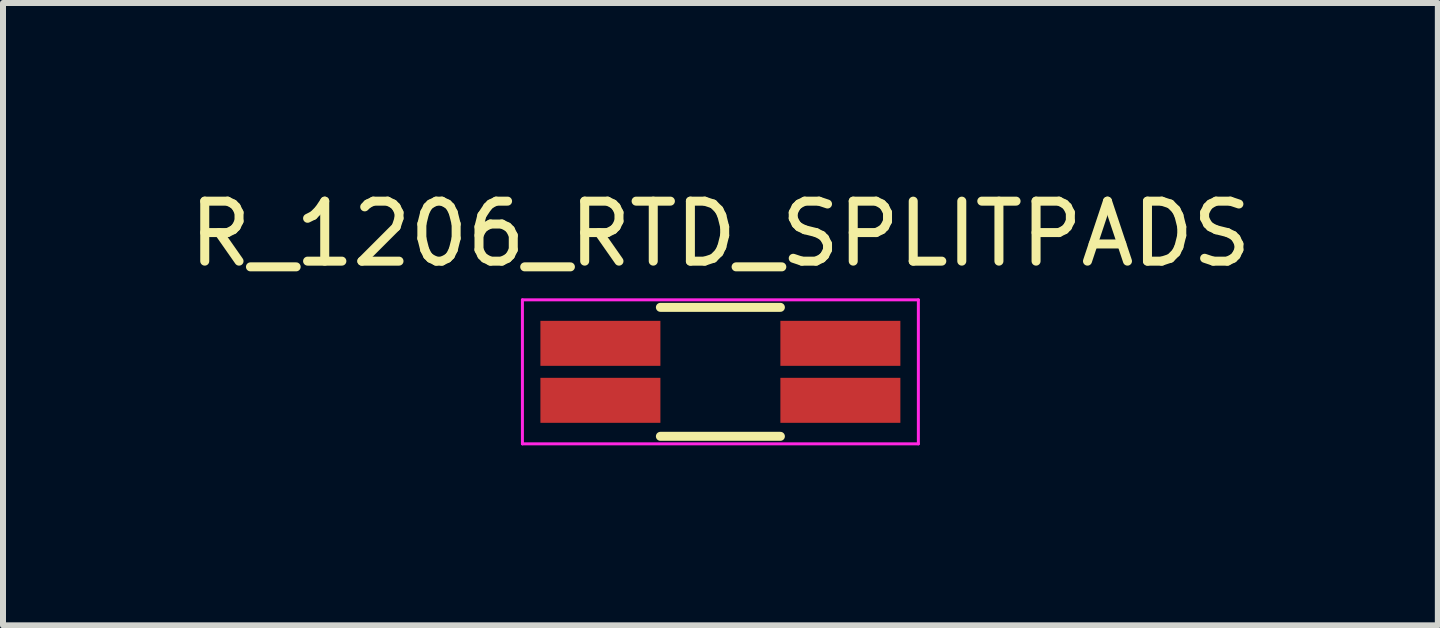
<source format=kicad_pcb>
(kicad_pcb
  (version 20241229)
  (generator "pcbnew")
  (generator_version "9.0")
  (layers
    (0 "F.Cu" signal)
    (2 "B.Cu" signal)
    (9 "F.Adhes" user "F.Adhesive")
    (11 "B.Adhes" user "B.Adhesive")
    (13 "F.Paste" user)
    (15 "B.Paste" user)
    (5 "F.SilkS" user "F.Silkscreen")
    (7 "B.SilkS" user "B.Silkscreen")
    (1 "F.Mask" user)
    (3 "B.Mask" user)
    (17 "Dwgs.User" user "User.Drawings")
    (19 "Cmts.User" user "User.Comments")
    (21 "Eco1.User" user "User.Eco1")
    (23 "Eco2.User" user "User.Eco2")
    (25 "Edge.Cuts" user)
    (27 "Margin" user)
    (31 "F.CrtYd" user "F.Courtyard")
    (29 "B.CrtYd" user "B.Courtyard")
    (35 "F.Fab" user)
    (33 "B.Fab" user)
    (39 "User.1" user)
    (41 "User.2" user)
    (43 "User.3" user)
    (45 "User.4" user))
  (footprint "R_1206_RTD_SPLITPADS"
    (layer "F.Cu")
    (at 8.958 3.148)
    (property "Reference" "R_1206_RTD_SPLITPADS" (at 0 -2.3 0) (layer "F.SilkS") (effects (font (size 1 1) (thickness 0.15))))
    (attr smd)
    (fp_line (start -1 -1.075) (end 1 -1.075) (stroke (width 0.15) (type solid)) (layer "F.SilkS"))
    (fp_line (start 1 1.075) (end -1 1.075) (stroke (width 0.15) (type solid)) (layer "F.SilkS"))
    (fp_line (start -3.3 -1.2) (end -3.3 1.2) (stroke (width 0.05) (type solid)) (layer "F.CrtYd"))
    (fp_line (start -3.3 -1.2) (end 3.3 -1.2) (stroke (width 0.05) (type solid)) (layer "F.CrtYd"))
    (fp_line (start -3.3 1.2) (end 3.3 1.2) (stroke (width 0.05) (type solid)) (layer "F.CrtYd"))
    (fp_line (start 3.3 -1.2) (end 3.3 1.2) (stroke (width 0.05) (type solid)) (layer "F.CrtYd"))
    (pad "1" smd rect (at -2 -0.475) (size 2 0.75) (layers "F.Cu" "F.Mask" "F.Paste"))
    (pad "1" smd rect (at -2 0.475) (size 2 0.75) (layers "F.Cu" "F.Mask" "F.Paste"))
    (pad "2" smd rect (at 2 -0.475) (size 2 0.75) (layers "F.Cu" "F.Mask" "F.Paste"))
    (pad "2" smd rect (at 2 0.475) (size 2 0.75) (layers "F.Cu" "F.Mask" "F.Paste")))
  (gr_rect
    (start -3 -3)
    (end 20.917 7.373)
    (stroke (width 0.1) (type default))
    (fill no)
    (layer "Edge.Cuts")))
</source>
